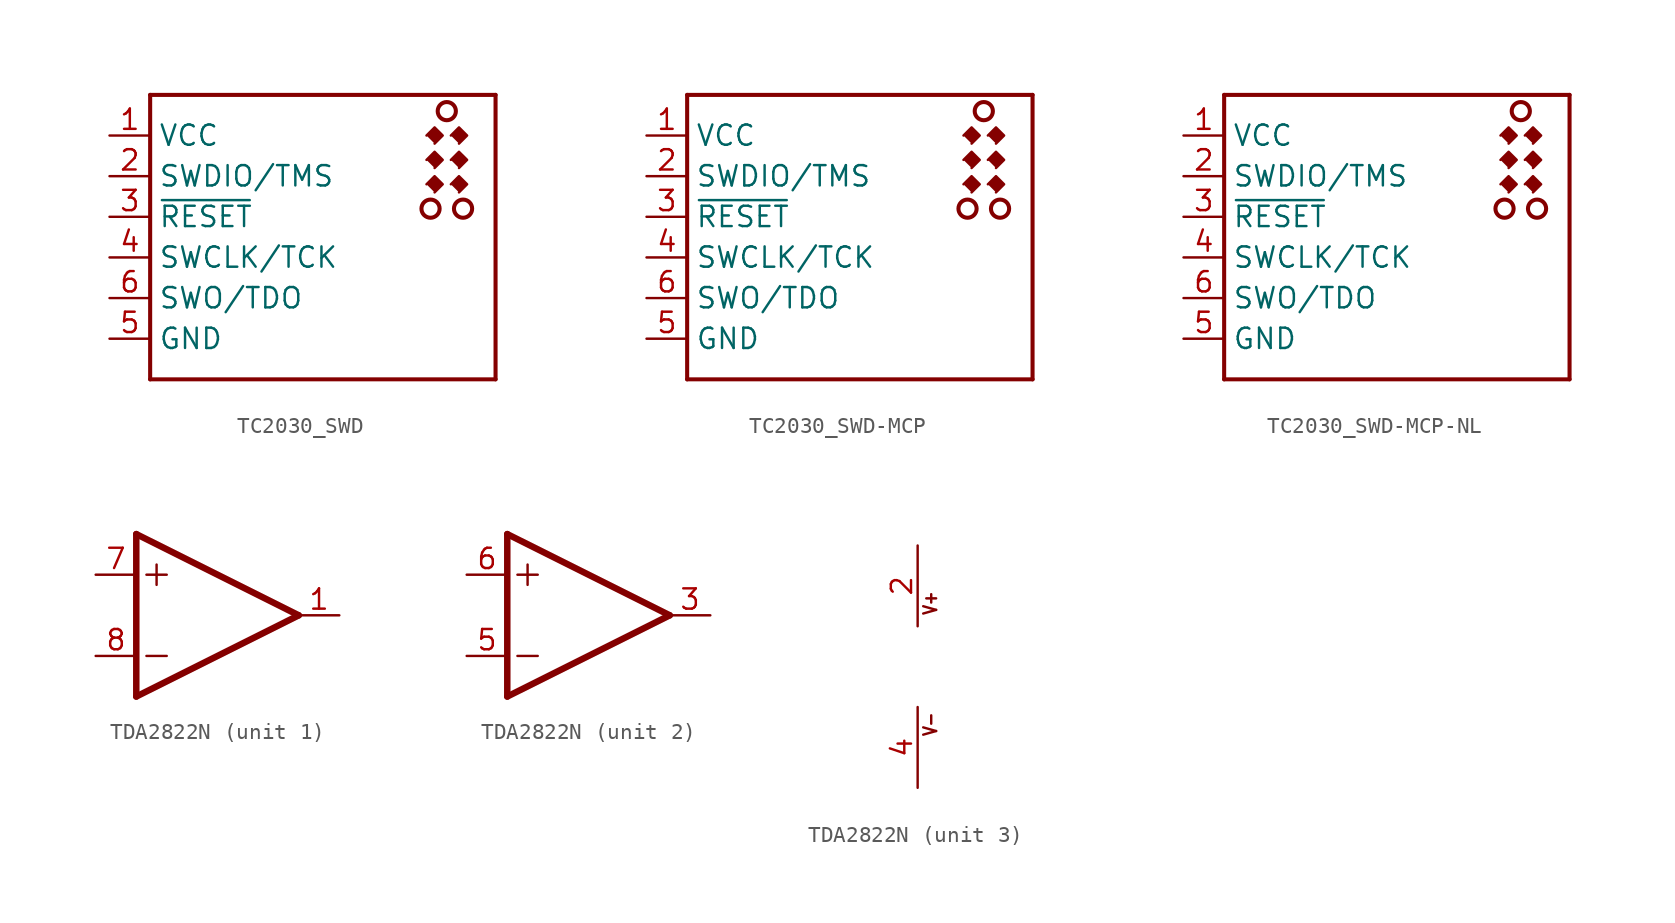
<source format=kicad_sym>
(kicad_symbol_lib
  (version 20211014)
  (generator kicad_symbol_editor)
  (symbol "TC2030_SWD"
    (property "Reference" "J"
      (at 0 0 0)
      (effects (font (size 1.27 1.27)) hide))
    (property "ki_locked" ""
      (at 0 0 0)
      (effects (font (size 1.27 1.27))))
    (symbol "TC2030_SWD_1_0"
      (polyline (pts (xy -10.16 -7.62) (xy 11.43 -7.62)) (stroke (width 0.254) (type default) (color 0 0 0 0)) (fill (type none)))
      (polyline (pts (xy -10.16 10.16) (xy -10.16 -7.62)) (stroke (width 0.254) (type default) (color 0 0 0 0)) (fill (type none)))
      (polyline (pts (xy 11.43 -7.62) (xy 11.43 10.16)) (stroke (width 0.254) (type default) (color 0 0 0 0)) (fill (type none)))
      (polyline (pts (xy 11.43 10.16) (xy -10.16 10.16)) (stroke (width 0.254) (type default) (color 0 0 0 0)) (fill (type none)))
      (polyline (pts (xy 7.112 4.572) (xy 7.62 5.08) (xy 8.128 4.572) (xy 7.62 4.064)) (stroke (width 0) (type default) (color 0 0 0 0)) (fill (type outline)))
      (polyline (pts (xy 7.112 6.096) (xy 7.62 6.604) (xy 8.128 6.096) (xy 7.62 5.588)) (stroke (width 0) (type default) (color 0 0 0 0)) (fill (type outline)))
      (polyline (pts (xy 7.112 7.62) (xy 7.62 8.128) (xy 8.128 7.62) (xy 7.62 7.112)) (stroke (width 0) (type default) (color 0 0 0 0)) (fill (type outline)))
      (polyline (pts (xy 8.636 4.572) (xy 9.144 5.08) (xy 9.652 4.572) (xy 9.144 4.064)) (stroke (width 0) (type default) (color 0 0 0 0)) (fill (type outline)))
      (polyline (pts (xy 8.636 6.096) (xy 9.144 6.604) (xy 9.652 6.096) (xy 9.144 5.588)) (stroke (width 0) (type default) (color 0 0 0 0)) (fill (type outline)))
      (polyline (pts (xy 8.636 7.62) (xy 9.144 8.128) (xy 9.652 7.62) (xy 9.144 7.112)) (stroke (width 0) (type default) (color 0 0 0 0)) (fill (type outline)))
      (circle (center 7.366 3.048) (radius 0.568) (stroke (width 0.254) (type default) (color 0 0 0 0)) (fill (type none)))
      (circle (center 8.382 9.144) (radius 0.568) (stroke (width 0.254) (type default) (color 0 0 0 0)) (fill (type none)))
      (circle (center 9.398 3.048) (radius 0.568) (stroke (width 0.254) (type default) (color 0 0 0 0)) (fill (type none)))
      (pin passive line (at -12.7 7.62 0) (length 2.54) (name "VCC" (effects (font (size 1.27 1.27)))) (number "1" (effects (font (size 1.27 1.27)))))
      (pin bidirectional line (at -12.7 5.08 0) (length 2.54) (name "SWDIO/TMS" (effects (font (size 1.27 1.27)))) (number "2" (effects (font (size 1.27 1.27)))))
      (pin output line (at -12.7 2.54 0) (length 2.54) (name "~{RESET}" (effects (font (size 1.27 1.27)))) (number "3" (effects (font (size 1.27 1.27)))))
      (pin output line (at -12.7 0 0) (length 2.54) (name "SWCLK/TCK" (effects (font (size 1.27 1.27)))) (number "4" (effects (font (size 1.27 1.27)))))
      (pin passive line (at -12.7 -5.08 0) (length 2.54) (name "GND" (effects (font (size 1.27 1.27)))) (number "5" (effects (font (size 1.27 1.27)))))
      (pin bidirectional line (at -12.7 -2.54 0) (length 2.54) (name "SWO/TDO" (effects (font (size 1.27 1.27)))) (number "6" (effects (font (size 1.27 1.27)))))))
  (symbol "TC2030_SWD-MCP"
    (property "Reference" "J"
      (at 0 0 0)
      (effects (font (size 1.27 1.27)) hide))
    (property "ki_locked" ""
      (at 0 0 0)
      (effects (font (size 1.27 1.27))))
    (symbol "TC2030_SWD-MCP_1_0"
      (polyline (pts (xy -10.16 -7.62) (xy 11.43 -7.62)) (stroke (width 0.254) (type default) (color 0 0 0 0)) (fill (type none)))
      (polyline (pts (xy -10.16 10.16) (xy -10.16 -7.62)) (stroke (width 0.254) (type default) (color 0 0 0 0)) (fill (type none)))
      (polyline (pts (xy 11.43 -7.62) (xy 11.43 10.16)) (stroke (width 0.254) (type default) (color 0 0 0 0)) (fill (type none)))
      (polyline (pts (xy 11.43 10.16) (xy -10.16 10.16)) (stroke (width 0.254) (type default) (color 0 0 0 0)) (fill (type none)))
      (polyline (pts (xy 7.112 4.572) (xy 7.62 5.08) (xy 8.128 4.572) (xy 7.62 4.064)) (stroke (width 0) (type default) (color 0 0 0 0)) (fill (type outline)))
      (polyline (pts (xy 7.112 6.096) (xy 7.62 6.604) (xy 8.128 6.096) (xy 7.62 5.588)) (stroke (width 0) (type default) (color 0 0 0 0)) (fill (type outline)))
      (polyline (pts (xy 7.112 7.62) (xy 7.62 8.128) (xy 8.128 7.62) (xy 7.62 7.112)) (stroke (width 0) (type default) (color 0 0 0 0)) (fill (type outline)))
      (polyline (pts (xy 8.636 4.572) (xy 9.144 5.08) (xy 9.652 4.572) (xy 9.144 4.064)) (stroke (width 0) (type default) (color 0 0 0 0)) (fill (type outline)))
      (polyline (pts (xy 8.636 6.096) (xy 9.144 6.604) (xy 9.652 6.096) (xy 9.144 5.588)) (stroke (width 0) (type default) (color 0 0 0 0)) (fill (type outline)))
      (polyline (pts (xy 8.636 7.62) (xy 9.144 8.128) (xy 9.652 7.62) (xy 9.144 7.112)) (stroke (width 0) (type default) (color 0 0 0 0)) (fill (type outline)))
      (circle (center 7.366 3.048) (radius 0.568) (stroke (width 0.254) (type default) (color 0 0 0 0)) (fill (type none)))
      (circle (center 8.382 9.144) (radius 0.568) (stroke (width 0.254) (type default) (color 0 0 0 0)) (fill (type none)))
      (circle (center 9.398 3.048) (radius 0.568) (stroke (width 0.254) (type default) (color 0 0 0 0)) (fill (type none)))
      (pin passive line (at -12.7 7.62 0) (length 2.54) (name "VCC" (effects (font (size 1.27 1.27)))) (number "1" (effects (font (size 1.27 1.27)))))
      (pin bidirectional line (at -12.7 5.08 0) (length 2.54) (name "SWDIO/TMS" (effects (font (size 1.27 1.27)))) (number "2" (effects (font (size 1.27 1.27)))))
      (pin output line (at -12.7 2.54 0) (length 2.54) (name "~{RESET}" (effects (font (size 1.27 1.27)))) (number "3" (effects (font (size 1.27 1.27)))))
      (pin output line (at -12.7 0 0) (length 2.54) (name "SWCLK/TCK" (effects (font (size 1.27 1.27)))) (number "4" (effects (font (size 1.27 1.27)))))
      (pin passive line (at -12.7 -5.08 0) (length 2.54) (name "GND" (effects (font (size 1.27 1.27)))) (number "5" (effects (font (size 1.27 1.27)))))
      (pin bidirectional line (at -12.7 -2.54 0) (length 2.54) (name "SWO/TDO" (effects (font (size 1.27 1.27)))) (number "6" (effects (font (size 1.27 1.27)))))))
  (symbol "TC2030_SWD-MCP-NL"
    (property "Reference" "J"
      (at 0 0 0)
      (effects (font (size 1.27 1.27)) hide))
    (property "ki_locked" ""
      (at 0 0 0)
      (effects (font (size 1.27 1.27))))
    (symbol "TC2030_SWD-MCP-NL_1_0"
      (polyline (pts (xy -10.16 -7.62) (xy 11.43 -7.62)) (stroke (width 0.254) (type default) (color 0 0 0 0)) (fill (type none)))
      (polyline (pts (xy -10.16 10.16) (xy -10.16 -7.62)) (stroke (width 0.254) (type default) (color 0 0 0 0)) (fill (type none)))
      (polyline (pts (xy 11.43 -7.62) (xy 11.43 10.16)) (stroke (width 0.254) (type default) (color 0 0 0 0)) (fill (type none)))
      (polyline (pts (xy 11.43 10.16) (xy -10.16 10.16)) (stroke (width 0.254) (type default) (color 0 0 0 0)) (fill (type none)))
      (polyline (pts (xy 7.112 4.572) (xy 7.62 5.08) (xy 8.128 4.572) (xy 7.62 4.064)) (stroke (width 0) (type default) (color 0 0 0 0)) (fill (type outline)))
      (polyline (pts (xy 7.112 6.096) (xy 7.62 6.604) (xy 8.128 6.096) (xy 7.62 5.588)) (stroke (width 0) (type default) (color 0 0 0 0)) (fill (type outline)))
      (polyline (pts (xy 7.112 7.62) (xy 7.62 8.128) (xy 8.128 7.62) (xy 7.62 7.112)) (stroke (width 0) (type default) (color 0 0 0 0)) (fill (type outline)))
      (polyline (pts (xy 8.636 4.572) (xy 9.144 5.08) (xy 9.652 4.572) (xy 9.144 4.064)) (stroke (width 0) (type default) (color 0 0 0 0)) (fill (type outline)))
      (polyline (pts (xy 8.636 6.096) (xy 9.144 6.604) (xy 9.652 6.096) (xy 9.144 5.588)) (stroke (width 0) (type default) (color 0 0 0 0)) (fill (type outline)))
      (polyline (pts (xy 8.636 7.62) (xy 9.144 8.128) (xy 9.652 7.62) (xy 9.144 7.112)) (stroke (width 0) (type default) (color 0 0 0 0)) (fill (type outline)))
      (circle (center 7.366 3.048) (radius 0.568) (stroke (width 0.254) (type default) (color 0 0 0 0)) (fill (type none)))
      (circle (center 8.382 9.144) (radius 0.568) (stroke (width 0.254) (type default) (color 0 0 0 0)) (fill (type none)))
      (circle (center 9.398 3.048) (radius 0.568) (stroke (width 0.254) (type default) (color 0 0 0 0)) (fill (type none)))
      (pin passive line (at -12.7 7.62 0) (length 2.54) (name "VCC" (effects (font (size 1.27 1.27)))) (number "1" (effects (font (size 1.27 1.27)))))
      (pin bidirectional line (at -12.7 5.08 0) (length 2.54) (name "SWDIO/TMS" (effects (font (size 1.27 1.27)))) (number "2" (effects (font (size 1.27 1.27)))))
      (pin output line (at -12.7 2.54 0) (length 2.54) (name "~{RESET}" (effects (font (size 1.27 1.27)))) (number "3" (effects (font (size 1.27 1.27)))))
      (pin output line (at -12.7 0 0) (length 2.54) (name "SWCLK/TCK" (effects (font (size 1.27 1.27)))) (number "4" (effects (font (size 1.27 1.27)))))
      (pin passive line (at -12.7 -5.08 0) (length 2.54) (name "GND" (effects (font (size 1.27 1.27)))) (number "5" (effects (font (size 1.27 1.27)))))
      (pin bidirectional line (at -12.7 -2.54 0) (length 2.54) (name "SWO/TDO" (effects (font (size 1.27 1.27)))) (number "6" (effects (font (size 1.27 1.27)))))))
  (symbol "TDA2822N"
    (property "Reference" "IC"
      (at 2.54 3.175 0)
      (effects (font (size 1.778 1.511)) (justify left bottom) hide))
    (property "ki_locked" ""
      (at 0 0 0)
      (effects (font (size 1.27 1.27))))
    (symbol "TDA2822N_1_0"
      (polyline (pts (xy -5.08 -5.08) (xy 5.08 0)) (stroke (width 0.406) (type default) (color 0 0 0 0)) (fill (type none)))
      (polyline (pts (xy -5.08 5.08) (xy -5.08 -5.08)) (stroke (width 0.406) (type default) (color 0 0 0 0)) (fill (type none)))
      (polyline (pts (xy -4.445 -2.54) (xy -3.175 -2.54)) (stroke (width 0.152) (type default) (color 0 0 0 0)) (fill (type none)))
      (polyline (pts (xy -4.445 2.54) (xy -3.175 2.54)) (stroke (width 0.152) (type default) (color 0 0 0 0)) (fill (type none)))
      (polyline (pts (xy -3.81 3.175) (xy -3.81 1.905)) (stroke (width 0.152) (type default) (color 0 0 0 0)) (fill (type none)))
      (polyline (pts (xy 5.08 0) (xy -5.08 5.08)) (stroke (width 0.406) (type default) (color 0 0 0 0)) (fill (type none)))
      (pin output line (at 7.62 0 180) (length 2.54) (name "OUT" (effects (font (size 0 0)))) (number "1" (effects (font (size 1.27 1.27)))))
      (pin input line (at -7.62 2.54 0) (length 2.54) (name "+IN" (effects (font (size 0 0)))) (number "7" (effects (font (size 1.27 1.27)))))
      (pin input line (at -7.62 -2.54 0) (length 2.54) (name "-IN" (effects (font (size 0 0)))) (number "8" (effects (font (size 1.27 1.27))))))
    (symbol "TDA2822N_2_0"
      (polyline (pts (xy -5.08 -5.08) (xy 5.08 0)) (stroke (width 0.406) (type default) (color 0 0 0 0)) (fill (type none)))
      (polyline (pts (xy -5.08 5.08) (xy -5.08 -5.08)) (stroke (width 0.406) (type default) (color 0 0 0 0)) (fill (type none)))
      (polyline (pts (xy -4.445 -2.54) (xy -3.175 -2.54)) (stroke (width 0.152) (type default) (color 0 0 0 0)) (fill (type none)))
      (polyline (pts (xy -4.445 2.54) (xy -3.175 2.54)) (stroke (width 0.152) (type default) (color 0 0 0 0)) (fill (type none)))
      (polyline (pts (xy -3.81 3.175) (xy -3.81 1.905)) (stroke (width 0.152) (type default) (color 0 0 0 0)) (fill (type none)))
      (polyline (pts (xy 5.08 0) (xy -5.08 5.08)) (stroke (width 0.406) (type default) (color 0 0 0 0)) (fill (type none)))
      (pin output line (at 7.62 0 180) (length 2.54) (name "OUT" (effects (font (size 0 0)))) (number "3" (effects (font (size 1.27 1.27)))))
      (pin input line (at -7.62 -2.54 0) (length 2.54) (name "-IN" (effects (font (size 0 0)))) (number "5" (effects (font (size 1.27 1.27)))))
      (pin input line (at -7.62 2.54 0) (length 2.54) (name "+IN" (effects (font (size 0 0)))) (number "6" (effects (font (size 1.27 1.27))))))
    (symbol "TDA2822N_3_0"
      (text "V+" (at 1.27 3.175 900) (effects (font (size 0.813 0.691)) (justify left bottom)))
      (text "V-" (at 1.27 -4.445 900) (effects (font (size 0.813 0.691)) (justify left bottom)))
      (pin power_in line (at 0 7.62 270) (length 5.08) (name "V+" (effects (font (size 0 0)))) (number "2" (effects (font (size 1.27 1.27)))))
      (pin power_in line (at 0 -7.62 90) (length 5.08) (name "V-" (effects (font (size 0 0)))) (number "4" (effects (font (size 1.27 1.27))))))))
</source>
